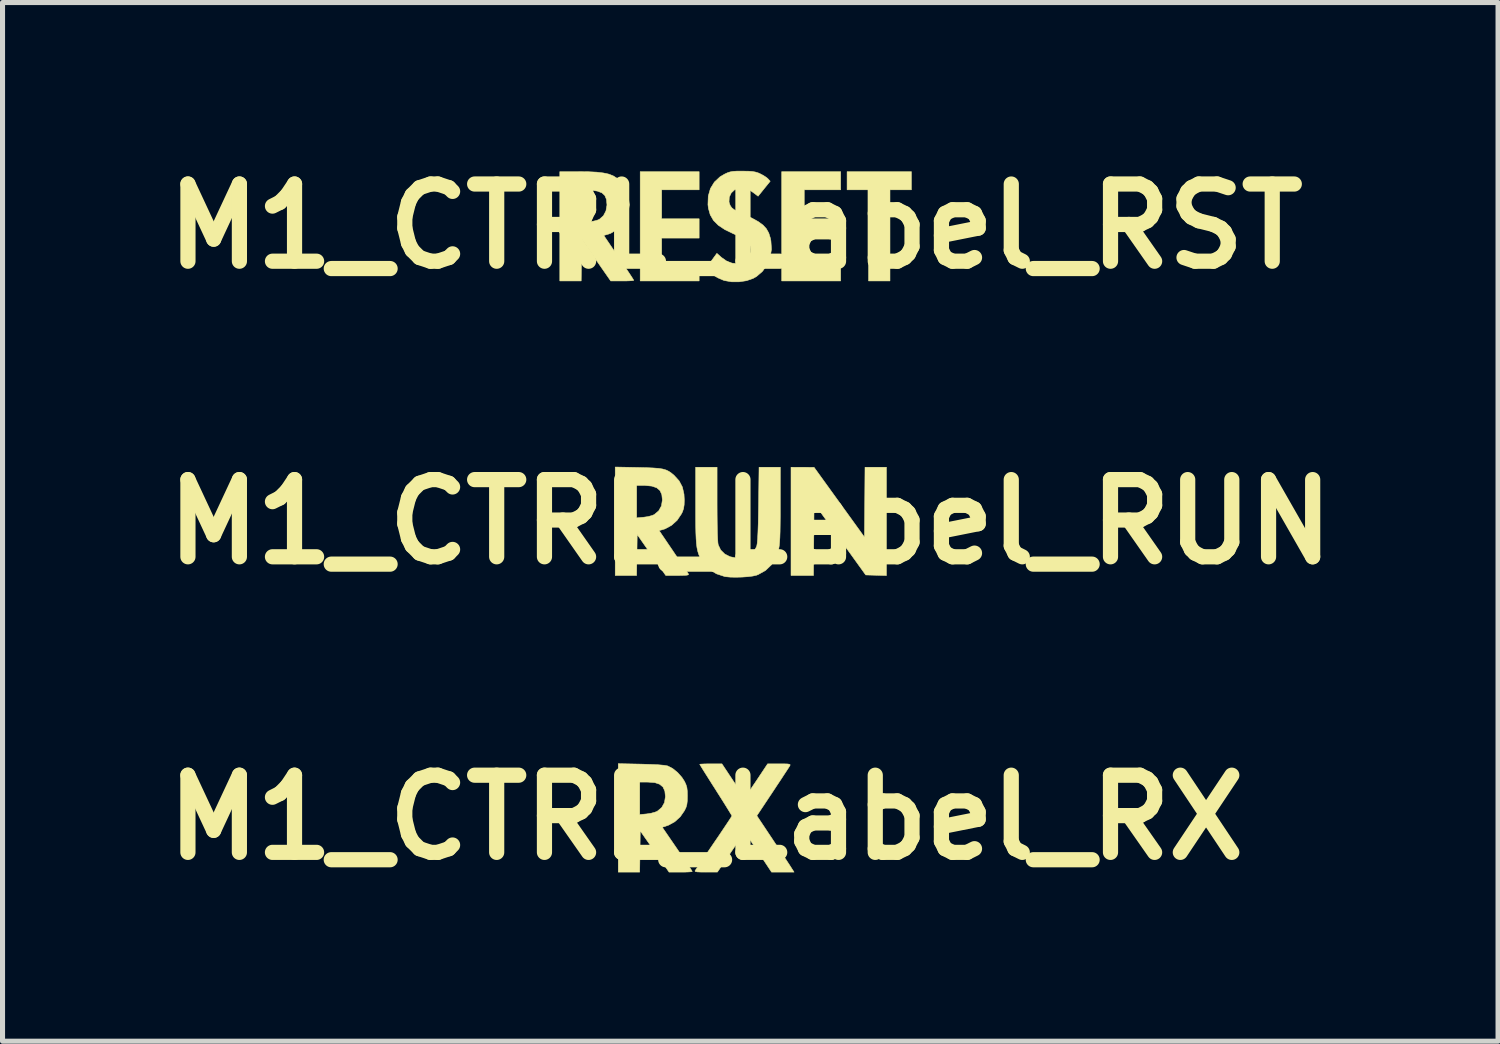
<source format=kicad_pcb>
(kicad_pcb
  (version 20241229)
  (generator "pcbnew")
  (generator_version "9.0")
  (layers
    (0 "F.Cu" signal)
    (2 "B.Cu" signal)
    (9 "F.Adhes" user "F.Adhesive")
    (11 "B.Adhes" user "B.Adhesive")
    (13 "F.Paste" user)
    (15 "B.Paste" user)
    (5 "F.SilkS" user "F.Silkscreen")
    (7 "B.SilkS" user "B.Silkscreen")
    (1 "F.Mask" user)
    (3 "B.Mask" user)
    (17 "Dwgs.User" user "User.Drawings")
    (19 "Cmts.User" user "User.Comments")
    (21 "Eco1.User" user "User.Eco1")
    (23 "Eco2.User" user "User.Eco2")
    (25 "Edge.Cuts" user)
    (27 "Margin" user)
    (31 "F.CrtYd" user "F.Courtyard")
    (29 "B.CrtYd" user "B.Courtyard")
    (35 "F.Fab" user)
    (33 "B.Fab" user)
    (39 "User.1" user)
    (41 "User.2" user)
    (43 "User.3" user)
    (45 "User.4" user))
  (footprint "M1_CTRL_Label_RX"
    (layer "F.Cu")
    (at 10.893 13.09)
    (property "Reference" "M1_CTRL_Label_RX" (at 0 0 0) (layer "F.SilkS") (effects (font (size 1.524 1.524) (thickness 0.3))))
    (attr through_hole)
    (fp_poly (pts (xy -1.286 -1.053) (xy -1.093 -1.047) (xy -0.942 -1.04) (xy -0.832 -1.03) (xy -0.764 -1.018) (xy -0.755 -1.015) (xy -0.66 -0.965) (xy -0.564 -0.887) (xy -0.479 -0.791) (xy -0.428 -0.712) (xy -0.399 -0.649) (xy -0.381 -0.591) (xy -0.373 -0.521) (xy -0.371 -0.425) (xy -0.371 -0.423) (xy -0.373 -0.327) (xy -0.381 -0.257) (xy -0.398 -0.198) (xy -0.428 -0.136) (xy -0.428 -0.135) (xy -0.512 -0.014) (xy -0.621 0.085) (xy -0.745 0.153) (xy -0.765 0.16) (xy -0.867 0.194) (xy -0.705 0.43) (xy -0.629 0.541) (xy -0.546 0.662) (xy -0.466 0.778) (xy -0.409 0.861) (xy -0.355 0.94) (xy -0.312 1.006) (xy -0.284 1.051) (xy -0.275 1.067) (xy -0.295 1.072) (xy -0.348 1.076) (xy -0.427 1.079) (xy -0.504 1.079) (xy -0.733 1.079) (xy -1.017 0.672) (xy -1.302 0.265) (xy -1.307 0.672) (xy -1.313 1.079) (xy -1.736 1.079) (xy -1.736 -0.057) (xy -1.312 -0.057) (xy -1.172 -0.07) (xy -1.088 -0.083) (xy -1.011 -0.104) (xy -0.966 -0.122) (xy -0.877 -0.197) (xy -0.823 -0.295) (xy -0.805 -0.411) (xy -0.816 -0.52) (xy -0.853 -0.601) (xy -0.919 -0.656) (xy -1.015 -0.688) (xy -1.147 -0.698) (xy -1.159 -0.698) (xy -1.312 -0.699) (xy -1.312 -0.057) (xy -1.736 -0.057) (xy -1.736 -1.062) (xy -1.286 -1.053)) (stroke (width 0.01) (type solid)) (fill yes) (layer "F.SilkS"))
    (fp_poly (pts (xy 0.529 -0.73) (xy 0.599 -0.627) (xy 0.66 -0.537) (xy 0.711 -0.466) (xy 0.746 -0.419) (xy 0.762 -0.402) (xy 0.778 -0.419) (xy 0.813 -0.466) (xy 0.864 -0.537) (xy 0.925 -0.627) (xy 0.995 -0.73) (xy 1.213 -1.058) (xy 1.443 -1.058) (xy 1.544 -1.058) (xy 1.609 -1.056) (xy 1.645 -1.05) (xy 1.658 -1.041) (xy 1.655 -1.027) (xy 1.652 -1.021) (xy 1.635 -0.994) (xy 1.598 -0.937) (xy 1.544 -0.855) (xy 1.477 -0.752) (xy 1.399 -0.635) (xy 1.316 -0.509) (xy 1 -0.034) (xy 1.29 0.401) (xy 1.375 0.529) (xy 1.457 0.653) (xy 1.532 0.766) (xy 1.594 0.86) (xy 1.64 0.93) (xy 1.658 0.958) (xy 1.735 1.079) (xy 1.291 1.079) (xy 1.032 0.688) (xy 0.956 0.575) (xy 0.888 0.475) (xy 0.832 0.392) (xy 0.79 0.333) (xy 0.766 0.301) (xy 0.762 0.298) (xy 0.748 0.315) (xy 0.713 0.362) (xy 0.662 0.434) (xy 0.598 0.526) (xy 0.524 0.633) (xy 0.487 0.688) (xy 0.222 1.078) (xy -0.007 1.079) (xy -0.11 1.078) (xy -0.177 1.075) (xy -0.212 1.068) (xy -0.221 1.057) (xy -0.219 1.053) (xy -0.204 1.029) (xy -0.167 0.975) (xy -0.113 0.896) (xy -0.045 0.794) (xy 0.035 0.677) (xy 0.123 0.547) (xy 0.152 0.504) (xy 0.242 0.373) (xy 0.323 0.252) (xy 0.393 0.147) (xy 0.449 0.063) (xy 0.488 0.003) (xy 0.507 -0.028) (xy 0.508 -0.031) (xy 0.497 -0.052) (xy 0.466 -0.103) (xy 0.418 -0.181) (xy 0.356 -0.281) (xy 0.283 -0.397) (xy 0.201 -0.526) (xy 0.191 -0.543) (xy 0.108 -0.672) (xy 0.034 -0.79) (xy -0.03 -0.891) (xy -0.08 -0.971) (xy -0.113 -1.025) (xy -0.127 -1.049) (xy -0.127 -1.05) (xy -0.107 -1.053) (xy -0.054 -1.056) (xy 0.024 -1.058) (xy 0.092 -1.058) (xy 0.311 -1.058) (xy 0.529 -0.73)) (stroke (width 0.01) (type solid)) (fill yes) (layer "F.SilkS")))
  (footprint "M1_CTRL_Label_RST"
    (layer "F.Cu")
    (at 11.474 1.418)
    (property "Reference" "M1_CTRL_Label_RST" (at 0 0 0) (layer "F.SilkS") (effects (font (size 1.524 1.524) (thickness 0.3))))
    (attr through_hole)
    (fp_poly (pts (xy 3.471 -0.72) (xy 3.048 -0.72) (xy 3.048 1.079) (xy 2.625 1.079) (xy 2.625 -0.72) (xy 2.201 -0.72) (xy 2.201 -1.079) (xy 3.471 -1.079) (xy 3.471 -0.72)) (stroke (width 0.01) (type solid)) (fill yes) (layer "F.SilkS"))
    (fp_poly (pts (xy -0.72 -0.72) (xy -1.46 -0.72) (xy -1.46 -0.148) (xy -0.72 -0.148) (xy -0.72 0.233) (xy -1.46 0.233) (xy -1.46 0.72) (xy -0.72 0.72) (xy -0.72 1.079) (xy -1.884 1.079) (xy -1.884 -1.079) (xy -0.72 -1.079) (xy -0.72 -0.72)) (stroke (width 0.01) (type solid)) (fill yes) (layer "F.SilkS"))
    (fp_poly (pts (xy 2.074 -0.72) (xy 1.355 -0.72) (xy 1.355 -0.148) (xy 2.074 -0.148) (xy 2.074 0.233) (xy 1.355 0.233) (xy 1.355 0.72) (xy 2.074 0.72) (xy 2.074 1.079) (xy 0.91 1.079) (xy 0.91 -1.079) (xy 2.074 -1.079) (xy 2.074 -0.72)) (stroke (width 0.01) (type solid)) (fill yes) (layer "F.SilkS"))
    (fp_poly (pts (xy -2.905 -1.077) (xy -2.742 -1.069) (xy -2.61 -1.053) (xy -2.503 -1.03) (xy -2.417 -0.996) (xy -2.345 -0.951) (xy -2.282 -0.894) (xy -2.265 -0.875) (xy -2.173 -0.739) (xy -2.117 -0.586) (xy -2.099 -0.424) (xy -2.122 -0.259) (xy -2.126 -0.242) (xy -2.153 -0.167) (xy -2.188 -0.104) (xy -2.243 -0.039) (xy -2.286 0.004) (xy -2.381 0.087) (xy -2.465 0.138) (xy -2.506 0.153) (xy -2.603 0.181) (xy -2.307 0.618) (xy -2.226 0.738) (xy -2.153 0.847) (xy -2.092 0.939) (xy -2.046 1.009) (xy -2.018 1.054) (xy -2.011 1.067) (xy -2.031 1.072) (xy -2.084 1.076) (xy -2.162 1.079) (xy -2.238 1.079) (xy -2.466 1.079) (xy -3.037 0.259) (xy -3.043 0.669) (xy -3.049 1.079) (xy -3.471 1.079) (xy -3.471 -0.079) (xy -3.048 -0.079) (xy -2.902 -0.089) (xy -2.799 -0.103) (xy -2.716 -0.126) (xy -2.687 -0.14) (xy -2.61 -0.208) (xy -2.56 -0.304) (xy -2.54 -0.418) (xy -2.54 -0.427) (xy -2.55 -0.531) (xy -2.582 -0.608) (xy -2.64 -0.661) (xy -2.73 -0.695) (xy -2.855 -0.713) (xy -2.884 -0.715) (xy -3.048 -0.725) (xy -3.048 -0.079) (xy -3.471 -0.079) (xy -3.471 -1.079) (xy -3.105 -1.079) (xy -2.905 -1.077)) (stroke (width 0.01) (type solid)) (fill yes) (layer "F.SilkS"))
    (fp_poly (pts (xy 0.138 -1.089) (xy 0.249 -1.088) (xy 0.331 -1.082) (xy 0.393 -1.071) (xy 0.45 -1.053) (xy 0.479 -1.04) (xy 0.55 -1.003) (xy 0.612 -0.962) (xy 0.636 -0.941) (xy 0.683 -0.89) (xy 0.563 -0.742) (xy 0.444 -0.594) (xy 0.347 -0.667) (xy 0.261 -0.726) (xy 0.186 -0.755) (xy 0.11 -0.76) (xy 0.07 -0.755) (xy -0.019 -0.721) (xy -0.086 -0.659) (xy -0.125 -0.576) (xy -0.13 -0.484) (xy -0.124 -0.457) (xy -0.105 -0.407) (xy -0.076 -0.366) (xy -0.028 -0.328) (xy 0.045 -0.288) (xy 0.15 -0.24) (xy 0.166 -0.233) (xy 0.325 -0.16) (xy 0.448 -0.092) (xy 0.541 -0.024) (xy 0.608 0.049) (xy 0.655 0.134) (xy 0.686 0.233) (xy 0.697 0.287) (xy 0.708 0.454) (xy 0.681 0.614) (xy 0.621 0.761) (xy 0.531 0.889) (xy 0.413 0.991) (xy 0.344 1.03) (xy 0.217 1.074) (xy 0.07 1.096) (xy -0.08 1.096) (xy -0.218 1.072) (xy -0.248 1.062) (xy -0.349 1.018) (xy -0.45 0.959) (xy -0.532 0.897) (xy -0.558 0.871) (xy -0.571 0.851) (xy -0.571 0.827) (xy -0.554 0.791) (xy -0.516 0.735) (xy -0.48 0.685) (xy -0.37 0.534) (xy -0.278 0.616) (xy -0.175 0.688) (xy -0.069 0.728) (xy 0.035 0.737) (xy 0.129 0.718) (xy 0.208 0.672) (xy 0.265 0.6) (xy 0.294 0.505) (xy 0.296 0.464) (xy 0.289 0.395) (xy 0.262 0.336) (xy 0.211 0.282) (xy 0.132 0.23) (xy 0.019 0.175) (xy -0.04 0.149) (xy -0.21 0.067) (xy -0.341 -0.02) (xy -0.437 -0.116) (xy -0.501 -0.227) (xy -0.537 -0.354) (xy -0.546 -0.428) (xy -0.54 -0.597) (xy -0.497 -0.746) (xy -0.419 -0.873) (xy -0.308 -0.977) (xy -0.218 -1.03) (xy -0.16 -1.057) (xy -0.108 -1.074) (xy -0.052 -1.084) (xy 0.021 -1.089) (xy 0.123 -1.089) (xy 0.138 -1.089)) (stroke (width 0.01) (type solid)) (fill yes) (layer "F.SilkS")))
  (footprint "M1_CTRL_Label_RUN"
    (layer "F.Cu")
    (at 11.764 7.254)
    (property "Reference" "M1_CTRL_Label_RUN" (at 0 0 0) (layer "F.SilkS") (effects (font (size 1.524 1.524) (thickness 0.3))))
    (attr through_hole)
    (fp_poly (pts (xy 2.688 1.06) (xy 2.484 1.054) (xy 2.279 1.048) (xy 1.769 0.34) (xy 1.259 -0.369) (xy 1.248 1.058) (xy 0.804 1.058) (xy 0.804 -1.079) (xy 1.032 -1.078) (xy 1.259 -1.077) (xy 2.254 0.301) (xy 2.26 -0.389) (xy 2.265 -1.079) (xy 2.688 -1.079) (xy 2.688 1.06)) (stroke (width 0.01) (type solid)) (fill yes) (layer "F.SilkS"))
    (fp_poly (pts (xy -2.217 -1.074) (xy -2.047 -1.07) (xy -1.913 -1.064) (xy -1.808 -1.056) (xy -1.727 -1.043) (xy -1.663 -1.024) (xy -1.609 -0.998) (xy -1.559 -0.964) (xy -1.507 -0.92) (xy -1.503 -0.917) (xy -1.405 -0.809) (xy -1.341 -0.688) (xy -1.309 -0.547) (xy -1.303 -0.434) (xy -1.306 -0.337) (xy -1.317 -0.265) (xy -1.338 -0.201) (xy -1.36 -0.157) (xy -1.445 -0.031) (xy -1.556 0.069) (xy -1.683 0.138) (xy -1.742 0.156) (xy -1.801 0.171) (xy -1.518 0.588) (xy -1.438 0.707) (xy -1.365 0.814) (xy -1.304 0.906) (xy -1.256 0.976) (xy -1.227 1.02) (xy -1.22 1.032) (xy -1.222 1.044) (xy -1.249 1.052) (xy -1.306 1.056) (xy -1.399 1.058) (xy -1.436 1.058) (xy -1.669 1.058) (xy -2.233 0.25) (xy -2.239 0.654) (xy -2.245 1.058) (xy -2.667 1.058) (xy -2.667 -0.079) (xy -2.244 -0.079) (xy -2.104 -0.092) (xy -2.019 -0.104) (xy -1.942 -0.125) (xy -1.897 -0.143) (xy -1.808 -0.218) (xy -1.754 -0.316) (xy -1.736 -0.432) (xy -1.747 -0.539) (xy -1.783 -0.618) (xy -1.847 -0.673) (xy -1.943 -0.706) (xy -2.073 -0.719) (xy -2.111 -0.72) (xy -2.244 -0.72) (xy -2.244 -0.079) (xy -2.667 -0.079) (xy -2.667 -1.083) (xy -2.217 -1.074)) (stroke (width 0.01) (type solid)) (fill yes) (layer "F.SilkS"))
    (fp_poly (pts (xy -0.656 -0.355) (xy -0.655 -0.133) (xy -0.653 0.057) (xy -0.65 0.213) (xy -0.645 0.334) (xy -0.639 0.416) (xy -0.633 0.454) (xy -0.584 0.556) (xy -0.504 0.635) (xy -0.4 0.688) (xy -0.277 0.713) (xy -0.143 0.706) (xy -0.117 0.701) (xy -0.009 0.66) (xy 0.069 0.591) (xy 0.123 0.489) (xy 0.129 0.47) (xy 0.137 0.422) (xy 0.145 0.333) (xy 0.151 0.204) (xy 0.157 0.035) (xy 0.161 -0.171) (xy 0.164 -0.344) (xy 0.173 -1.079) (xy 0.593 -1.079) (xy 0.592 -0.344) (xy 0.592 -0.127) (xy 0.59 0.051) (xy 0.588 0.196) (xy 0.584 0.313) (xy 0.578 0.404) (xy 0.571 0.475) (xy 0.562 0.531) (xy 0.561 0.539) (xy 0.506 0.705) (xy 0.419 0.846) (xy 0.302 0.958) (xy 0.156 1.04) (xy 0.123 1.053) (xy 0.053 1.069) (xy -0.046 1.082) (xy -0.162 1.09) (xy -0.282 1.093) (xy -0.392 1.091) (xy -0.481 1.083) (xy -0.502 1.08) (xy -0.666 1.026) (xy -0.806 0.943) (xy -0.917 0.831) (xy -0.974 0.741) (xy -1 0.686) (xy -1.022 0.632) (xy -1.039 0.574) (xy -1.053 0.507) (xy -1.063 0.427) (xy -1.07 0.328) (xy -1.075 0.206) (xy -1.078 0.056) (xy -1.079 -0.127) (xy -1.079 -0.333) (xy -1.079 -1.079) (xy -0.656 -1.079) (xy -0.656 -0.355)) (stroke (width 0.01) (type solid)) (fill yes) (layer "F.SilkS")))
  (gr_rect
    (start -3 -3)
    (end 26.528 17.508)
    (stroke (width 0.1) (type default))
    (fill no)
    (layer "Edge.Cuts")))
</source>
